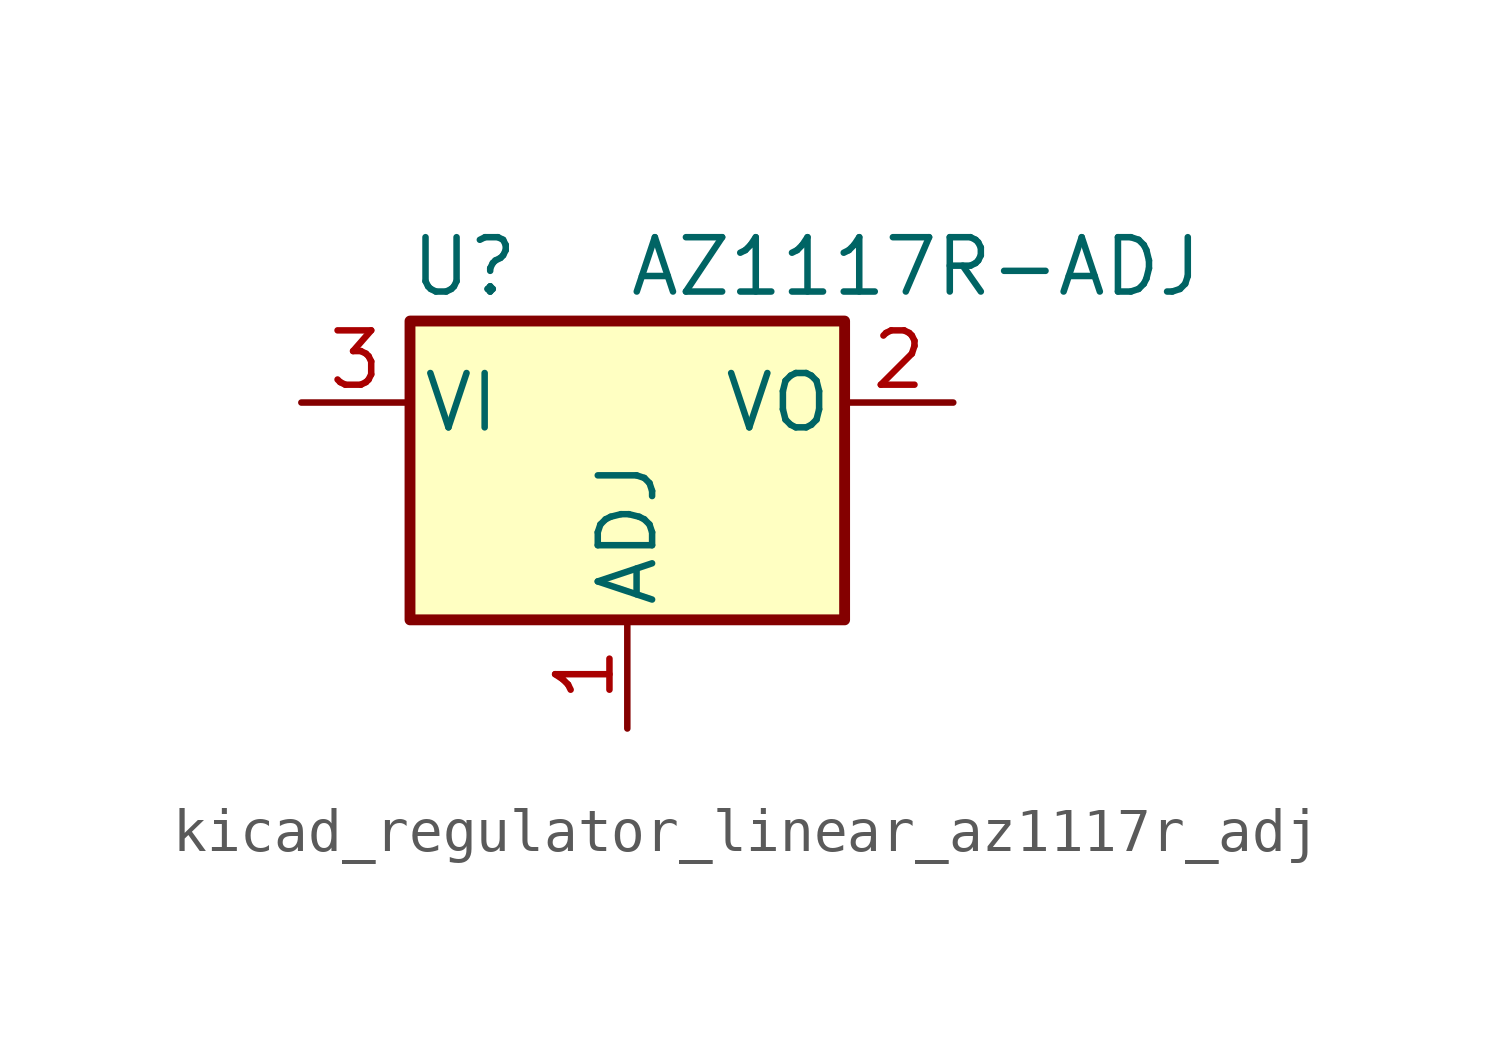
<source format=kicad_sym>
(kicad_symbol_lib
  (version 20220914)
  (generator kicad_symbol_editor)
  (symbol "kicad_regulator_linear_az1117r_adj"
    (pin_names
      (offset 0.254))
    (property "Reference" "U"
      (at -3.81 3.175 0)
      (effects (font (size 1.27 1.27))))
    (property "Value" "AZ1117R-ADJ"
      (at 0 3.175 0)
      (effects (font (size 1.27 1.27)) (justify left)))
    (symbol "kicad_regulator_linear_az1117r_adj_0_1"
      (rectangle (start -5.08 1.905) (end 5.08 -5.08) (stroke (width 0.254) (type default)) (fill (type background))))
    (symbol "kicad_regulator_linear_az1117r_adj_1_1"
      (pin input line (at 0 -7.62 90) (length 2.54) (name "ADJ" (effects (font (size 1.27 1.27)))) (number "1" (effects (font (size 1.27 1.27)))))
      (pin power_out line (at 7.62 0 180) (length 2.54) (name "VO" (effects (font (size 1.27 1.27)))) (number "2" (effects (font (size 1.27 1.27)))))
      (pin power_in line (at -7.62 0 0) (length 2.54) (name "VI" (effects (font (size 1.27 1.27)))) (number "3" (effects (font (size 1.27 1.27))))))))
</source>
